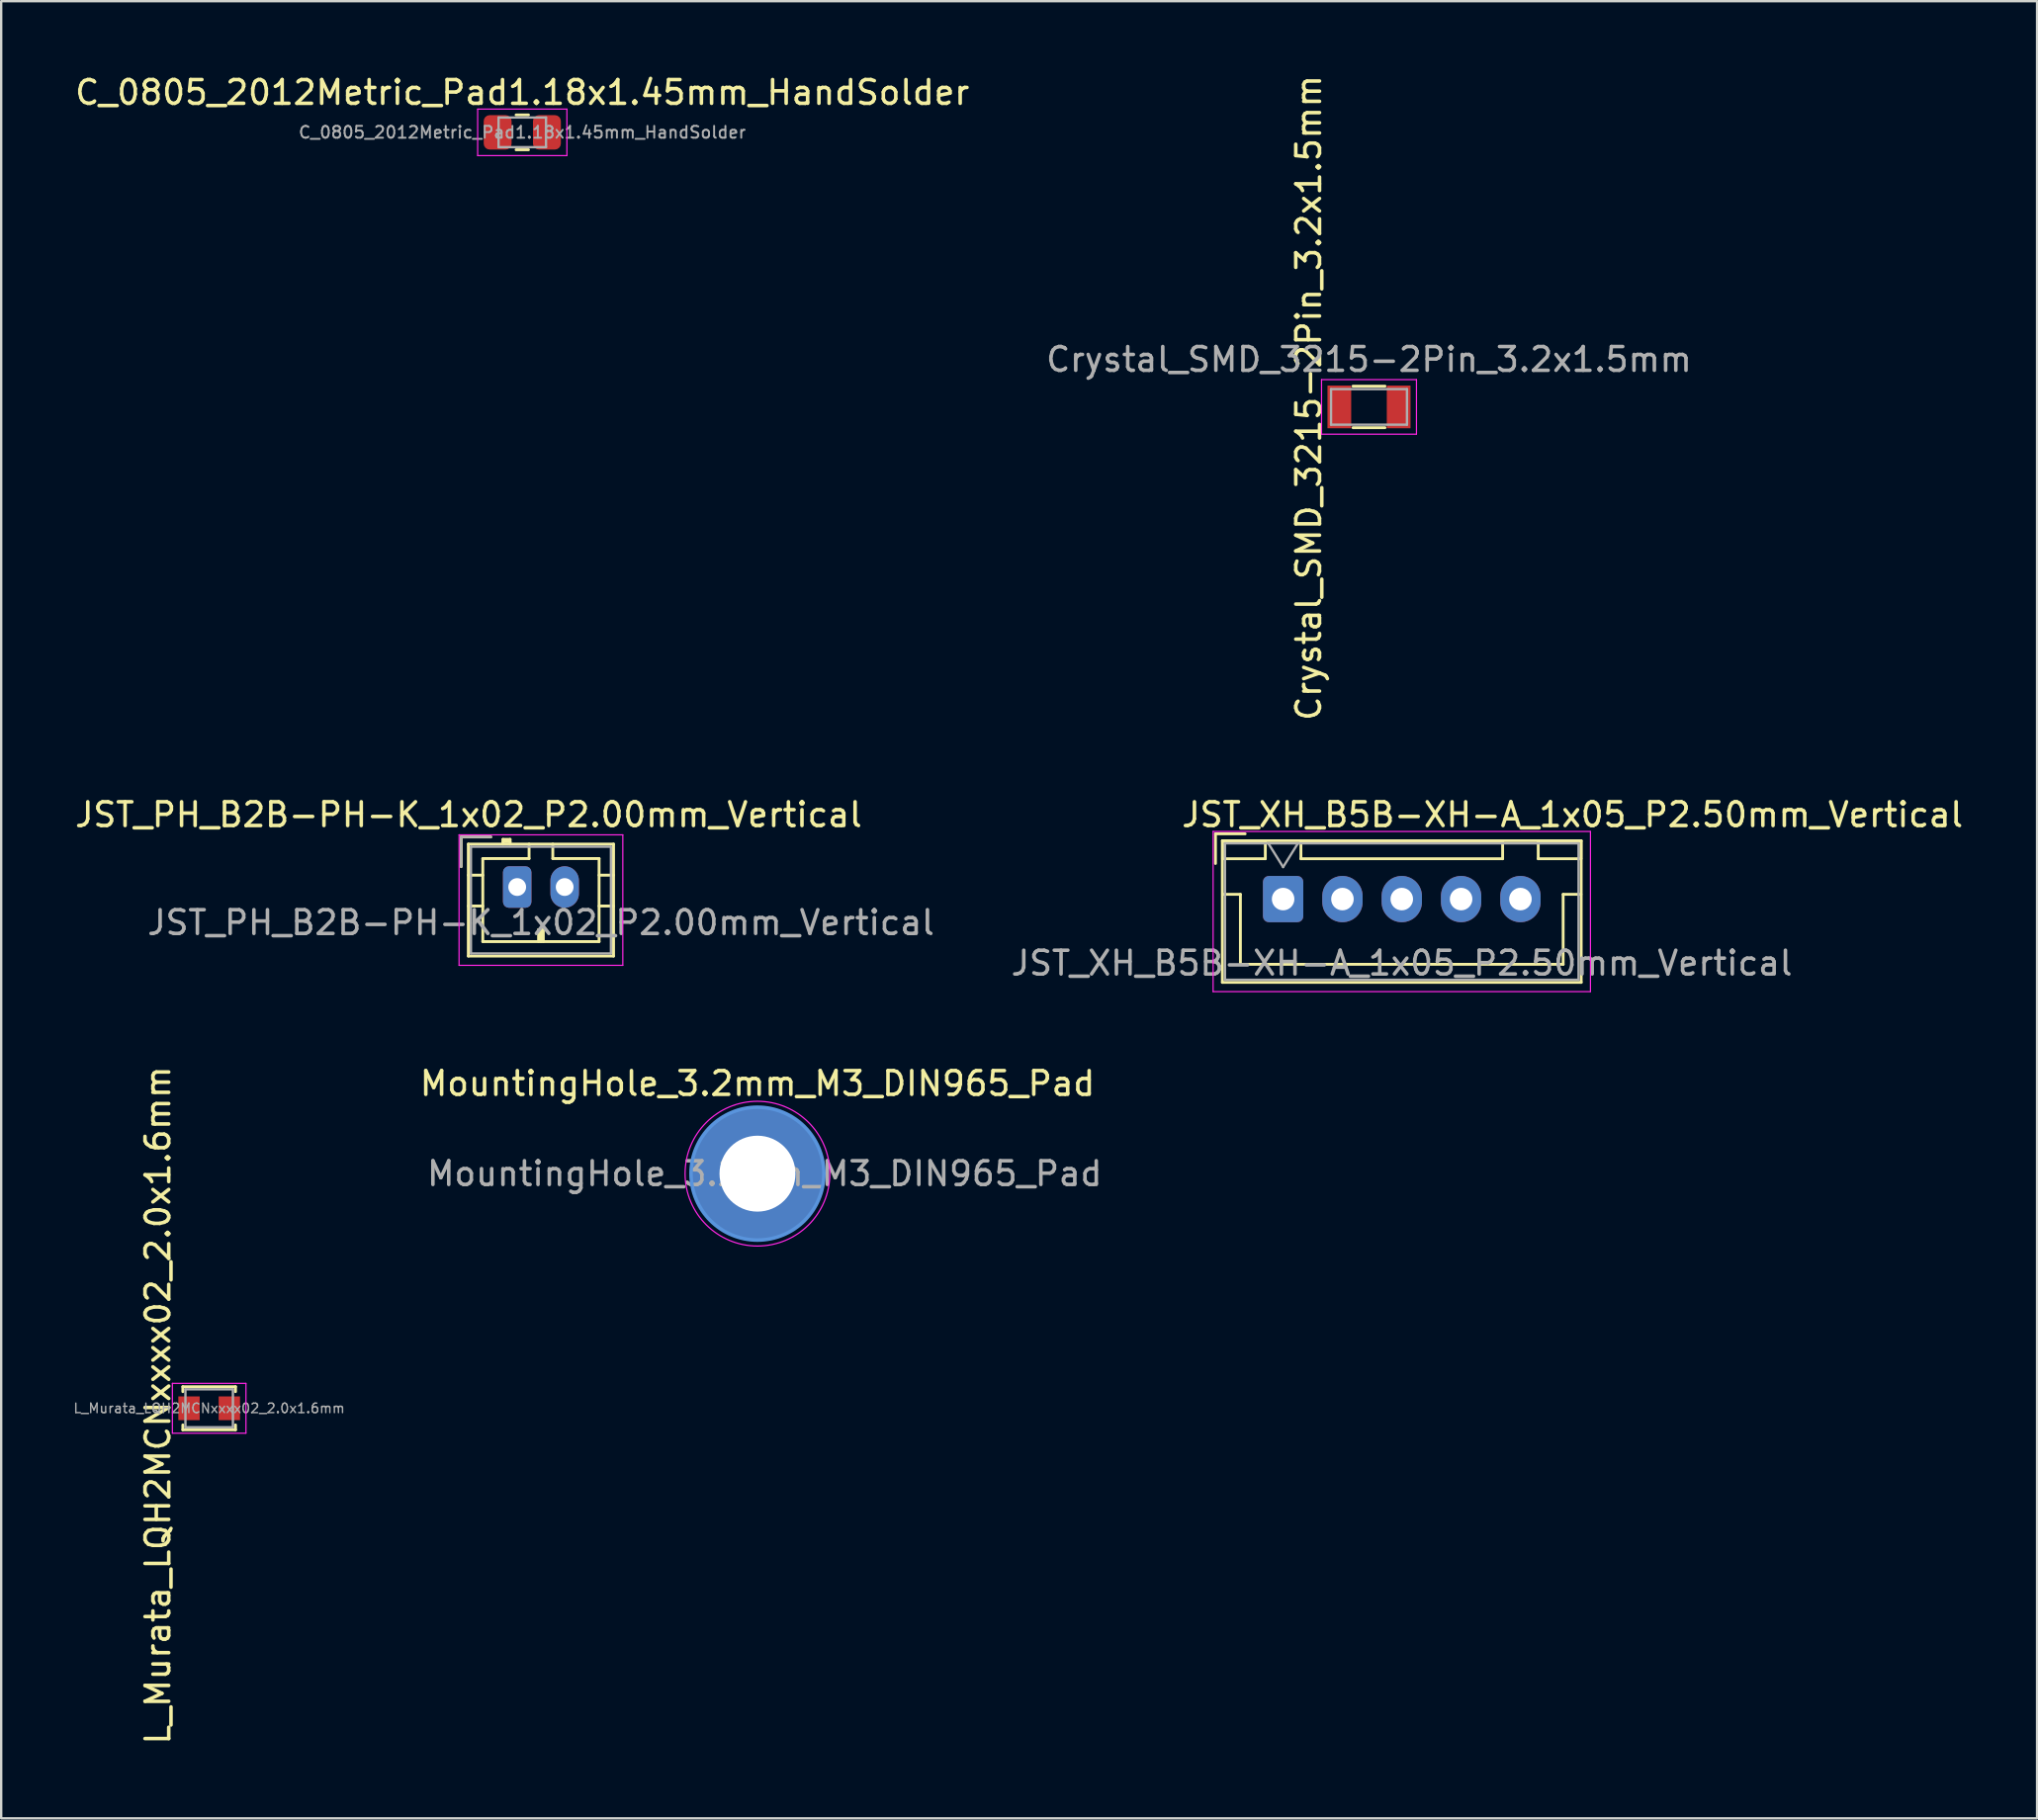
<source format=kicad_pcb>
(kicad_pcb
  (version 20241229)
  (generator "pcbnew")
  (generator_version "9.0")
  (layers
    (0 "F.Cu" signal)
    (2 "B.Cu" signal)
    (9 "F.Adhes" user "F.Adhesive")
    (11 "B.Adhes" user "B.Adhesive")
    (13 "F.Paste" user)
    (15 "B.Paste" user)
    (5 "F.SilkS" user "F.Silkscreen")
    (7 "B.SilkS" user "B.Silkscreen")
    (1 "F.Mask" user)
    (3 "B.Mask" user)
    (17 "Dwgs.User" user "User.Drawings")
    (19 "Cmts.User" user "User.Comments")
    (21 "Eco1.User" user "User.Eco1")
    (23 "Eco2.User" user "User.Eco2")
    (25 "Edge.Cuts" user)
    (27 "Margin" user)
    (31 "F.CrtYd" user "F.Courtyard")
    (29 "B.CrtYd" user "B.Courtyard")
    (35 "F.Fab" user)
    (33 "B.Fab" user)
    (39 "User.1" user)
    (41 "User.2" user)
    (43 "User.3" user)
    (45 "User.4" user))
  (footprint "JST_XH_B5B-XH-A_1x05_P2.50mm_Vertical"
    (layer "F.Cu")
    (at 51.018 34.845)
    (property "Reference" "JST_XH_B5B-XH-A_1x05_P2.50mm_Vertical" (at 12.192 -3.556 0) (layer "F.SilkS") (effects (font (size 1 1) (thickness 0.15))))
    (attr through_hole)
    (fp_line (start -2.85 -2.75) (end -2.85 -1.5) (stroke (width 0.12) (type solid)) (layer "F.SilkS"))
    (fp_line (start -2.56 -2.46) (end -2.56 3.51) (stroke (width 0.12) (type solid)) (layer "F.SilkS"))
    (fp_line (start -2.56 3.51) (end 12.56 3.51) (stroke (width 0.12) (type solid)) (layer "F.SilkS"))
    (fp_line (start -2.55 -2.45) (end -2.55 -1.7) (stroke (width 0.12) (type solid)) (layer "F.SilkS"))
    (fp_line (start -2.55 -1.7) (end -0.75 -1.7) (stroke (width 0.12) (type solid)) (layer "F.SilkS"))
    (fp_line (start -2.55 -0.2) (end -1.8 -0.2) (stroke (width 0.12) (type solid)) (layer "F.SilkS"))
    (fp_line (start -1.8 -0.2) (end -1.8 2.75) (stroke (width 0.12) (type solid)) (layer "F.SilkS"))
    (fp_line (start -1.8 2.75) (end 5 2.75) (stroke (width 0.12) (type solid)) (layer "F.SilkS"))
    (fp_line (start -1.6 -2.75) (end -2.85 -2.75) (stroke (width 0.12) (type solid)) (layer "F.SilkS"))
    (fp_line (start -0.75 -2.45) (end -2.55 -2.45) (stroke (width 0.12) (type solid)) (layer "F.SilkS"))
    (fp_line (start -0.75 -1.7) (end -0.75 -2.45) (stroke (width 0.12) (type solid)) (layer "F.SilkS"))
    (fp_line (start 0.75 -2.45) (end 0.75 -1.7) (stroke (width 0.12) (type solid)) (layer "F.SilkS"))
    (fp_line (start 0.75 -1.7) (end 9.25 -1.7) (stroke (width 0.12) (type solid)) (layer "F.SilkS"))
    (fp_line (start 9.25 -2.45) (end 0.75 -2.45) (stroke (width 0.12) (type solid)) (layer "F.SilkS"))
    (fp_line (start 9.25 -1.7) (end 9.25 -2.45) (stroke (width 0.12) (type solid)) (layer "F.SilkS"))
    (fp_line (start 10.75 -2.45) (end 10.75 -1.7) (stroke (width 0.12) (type solid)) (layer "F.SilkS"))
    (fp_line (start 10.75 -1.7) (end 12.55 -1.7) (stroke (width 0.12) (type solid)) (layer "F.SilkS"))
    (fp_line (start 11.8 -0.2) (end 11.8 2.75) (stroke (width 0.12) (type solid)) (layer "F.SilkS"))
    (fp_line (start 11.8 2.75) (end 5 2.75) (stroke (width 0.12) (type solid)) (layer "F.SilkS"))
    (fp_line (start 12.55 -2.45) (end 10.75 -2.45) (stroke (width 0.12) (type solid)) (layer "F.SilkS"))
    (fp_line (start 12.55 -1.7) (end 12.55 -2.45) (stroke (width 0.12) (type solid)) (layer "F.SilkS"))
    (fp_line (start 12.55 -0.2) (end 11.8 -0.2) (stroke (width 0.12) (type solid)) (layer "F.SilkS"))
    (fp_line (start 12.56 -2.46) (end -2.56 -2.46) (stroke (width 0.12) (type solid)) (layer "F.SilkS"))
    (fp_line (start 12.56 3.51) (end 12.56 -2.46) (stroke (width 0.12) (type solid)) (layer "F.SilkS"))
    (fp_line (start -2.95 -2.85) (end -2.95 3.9) (stroke (width 0.05) (type solid)) (layer "F.CrtYd"))
    (fp_line (start -2.95 3.9) (end 12.95 3.9) (stroke (width 0.05) (type solid)) (layer "F.CrtYd"))
    (fp_line (start 12.95 -2.85) (end -2.95 -2.85) (stroke (width 0.05) (type solid)) (layer "F.CrtYd"))
    (fp_line (start 12.95 3.9) (end 12.95 -2.85) (stroke (width 0.05) (type solid)) (layer "F.CrtYd"))
    (fp_line (start -2.45 -2.35) (end -2.45 3.4) (stroke (width 0.1) (type solid)) (layer "F.Fab"))
    (fp_line (start -2.45 3.4) (end 12.45 3.4) (stroke (width 0.1) (type solid)) (layer "F.Fab"))
    (fp_line (start -0.625 -2.35) (end 0 -1.35) (stroke (width 0.1) (type solid)) (layer "F.Fab"))
    (fp_line (start 0 -1.35) (end 0.625 -2.35) (stroke (width 0.1) (type solid)) (layer "F.Fab"))
    (fp_line (start 12.45 -2.35) (end -2.45 -2.35) (stroke (width 0.1) (type solid)) (layer "F.Fab"))
    (fp_line (start 12.45 3.4) (end 12.45 -2.35) (stroke (width 0.1) (type solid)) (layer "F.Fab"))
    (fp_text user "${REFERENCE}" (at 5 2.7 0) (layer "F.Fab") (effects (font (size 1 1) (thickness 0.15))))
    (pad "1" thru_hole roundrect (at 0 0) (size 1.7 1.95) (drill 0.95) (layers "*.Cu" "*.Mask") (roundrect_rratio 0.147))
    (pad "2" thru_hole oval (at 2.5 0) (size 1.7 1.95) (drill 0.95) (layers "*.Cu" "*.Mask"))
    (pad "3" thru_hole oval (at 5 0) (size 1.7 1.95) (drill 0.95) (layers "*.Cu" "*.Mask"))
    (pad "4" thru_hole oval (at 7.5 0) (size 1.7 1.95) (drill 0.95) (layers "*.Cu" "*.Mask"))
    (pad "5" thru_hole oval (at 10 0) (size 1.7 1.95) (drill 0.95) (layers "*.Cu" "*.Mask")))
  (footprint "L_Murata_LQH2MCNxxxx02_2.0x1.6mm"
    (layer "F.Cu")
    (at 5.764 56.307)
    (property "Reference" "L_Murata_LQH2MCNxxxx02_2.0x1.6mm" (at -2.159 -0.127 90) (layer "F.SilkS") (effects (font (size 1 1) (thickness 0.15))))
    (attr smd)
    (fp_line (start -1.11 -0.91) (end 1.11 -0.91) (stroke (width 0.12) (type solid)) (layer "F.SilkS"))
    (fp_line (start -1.11 -0.7) (end -1.11 -0.91) (stroke (width 0.12) (type solid)) (layer "F.SilkS"))
    (fp_line (start -1.11 0.91) (end -1.11 0.7) (stroke (width 0.12) (type solid)) (layer "F.SilkS"))
    (fp_line (start 1.11 -0.7) (end 1.11 -0.91) (stroke (width 0.12) (type solid)) (layer "F.SilkS"))
    (fp_line (start 1.11 0.7) (end 1.11 0.91) (stroke (width 0.12) (type solid)) (layer "F.SilkS"))
    (fp_line (start 1.11 0.91) (end -1.11 0.91) (stroke (width 0.12) (type solid)) (layer "F.SilkS"))
    (fp_line (start -1.55 -1.05) (end 1.55 -1.05) (stroke (width 0.05) (type solid)) (layer "F.CrtYd"))
    (fp_line (start -1.55 1.05) (end -1.55 -1.05) (stroke (width 0.05) (type solid)) (layer "F.CrtYd"))
    (fp_line (start 1.55 -1.05) (end 1.55 1.05) (stroke (width 0.05) (type solid)) (layer "F.CrtYd"))
    (fp_line (start 1.55 1.05) (end -1.55 1.05) (stroke (width 0.05) (type solid)) (layer "F.CrtYd"))
    (fp_line (start -1 -0.8) (end 1 -0.8) (stroke (width 0.1) (type solid)) (layer "F.Fab"))
    (fp_line (start -1 0.8) (end -1 -0.8) (stroke (width 0.1) (type solid)) (layer "F.Fab"))
    (fp_line (start 1 -0.8) (end 1 0.8) (stroke (width 0.1) (type solid)) (layer "F.Fab"))
    (fp_line (start 1 0.8) (end -1 0.8) (stroke (width 0.1) (type solid)) (layer "F.Fab"))
    (fp_text user "${REFERENCE}" (at 0 0 0) (layer "F.Fab") (effects (font (size 0.4 0.4) (thickness 0.06))))
    (pad "1" smd rect (at -0.85 0) (size 0.9 1) (layers "F.Cu" "F.Mask" "F.Paste"))
    (pad "2" smd rect (at 0.85 0) (size 0.9 1) (layers "F.Cu" "F.Mask" "F.Paste")))
  (footprint "JST_PH_B2B-PH-K_1x02_P2.00mm_Vertical"
    (layer "F.Cu")
    (at 18.744 34.337)
    (property "Reference" "JST_PH_B2B-PH-K_1x02_P2.00mm_Vertical" (at -2.048 -3.048 180) (layer "F.SilkS") (effects (font (size 1 1) (thickness 0.15))))
    (attr through_hole)
    (fp_line (start -2.36 -2.11) (end -2.36 -0.86) (stroke (width 0.12) (type solid)) (layer "F.SilkS"))
    (fp_line (start -2.06 -1.81) (end -2.06 2.91) (stroke (width 0.12) (type solid)) (layer "F.SilkS"))
    (fp_line (start -2.06 -0.5) (end -1.45 -0.5) (stroke (width 0.12) (type solid)) (layer "F.SilkS"))
    (fp_line (start -2.06 0.8) (end -1.45 0.8) (stroke (width 0.12) (type solid)) (layer "F.SilkS"))
    (fp_line (start -2.06 2.91) (end 4.06 2.91) (stroke (width 0.12) (type solid)) (layer "F.SilkS"))
    (fp_line (start -1.45 -1.2) (end -1.45 2.3) (stroke (width 0.12) (type solid)) (layer "F.SilkS"))
    (fp_line (start -1.45 2.3) (end 3.45 2.3) (stroke (width 0.12) (type solid)) (layer "F.SilkS"))
    (fp_line (start -1.11 -2.11) (end -2.36 -2.11) (stroke (width 0.12) (type solid)) (layer "F.SilkS"))
    (fp_line (start -0.6 -2.01) (end -0.6 -1.81) (stroke (width 0.12) (type solid)) (layer "F.SilkS"))
    (fp_line (start -0.3 -2.01) (end -0.6 -2.01) (stroke (width 0.12) (type solid)) (layer "F.SilkS"))
    (fp_line (start -0.3 -1.91) (end -0.6 -1.91) (stroke (width 0.12) (type solid)) (layer "F.SilkS"))
    (fp_line (start -0.3 -1.81) (end -0.3 -2.01) (stroke (width 0.12) (type solid)) (layer "F.SilkS"))
    (fp_line (start 0.5 -1.81) (end 0.5 -1.2) (stroke (width 0.12) (type solid)) (layer "F.SilkS"))
    (fp_line (start 0.5 -1.2) (end -1.45 -1.2) (stroke (width 0.12) (type solid)) (layer "F.SilkS"))
    (fp_line (start 0.9 1.8) (end 1.1 1.8) (stroke (width 0.12) (type solid)) (layer "F.SilkS"))
    (fp_line (start 0.9 2.3) (end 0.9 1.8) (stroke (width 0.12) (type solid)) (layer "F.SilkS"))
    (fp_line (start 1 2.3) (end 1 1.8) (stroke (width 0.12) (type solid)) (layer "F.SilkS"))
    (fp_line (start 1.1 1.8) (end 1.1 2.3) (stroke (width 0.12) (type solid)) (layer "F.SilkS"))
    (fp_line (start 1.5 -1.2) (end 1.5 -1.81) (stroke (width 0.12) (type solid)) (layer "F.SilkS"))
    (fp_line (start 3.45 -1.2) (end 1.5 -1.2) (stroke (width 0.12) (type solid)) (layer "F.SilkS"))
    (fp_line (start 3.45 2.3) (end 3.45 -1.2) (stroke (width 0.12) (type solid)) (layer "F.SilkS"))
    (fp_line (start 4.06 -1.81) (end -2.06 -1.81) (stroke (width 0.12) (type solid)) (layer "F.SilkS"))
    (fp_line (start 4.06 -0.5) (end 3.45 -0.5) (stroke (width 0.12) (type solid)) (layer "F.SilkS"))
    (fp_line (start 4.06 0.8) (end 3.45 0.8) (stroke (width 0.12) (type solid)) (layer "F.SilkS"))
    (fp_line (start 4.06 2.91) (end 4.06 -1.81) (stroke (width 0.12) (type solid)) (layer "F.SilkS"))
    (fp_line (start -2.45 -2.2) (end -2.45 3.3) (stroke (width 0.05) (type solid)) (layer "F.CrtYd"))
    (fp_line (start -2.45 3.3) (end 4.45 3.3) (stroke (width 0.05) (type solid)) (layer "F.CrtYd"))
    (fp_line (start 4.45 -2.2) (end -2.45 -2.2) (stroke (width 0.05) (type solid)) (layer "F.CrtYd"))
    (fp_line (start 4.45 3.3) (end 4.45 -2.2) (stroke (width 0.05) (type solid)) (layer "F.CrtYd"))
    (fp_line (start -2.36 -2.11) (end -2.36 -0.86) (stroke (width 0.1) (type solid)) (layer "F.Fab"))
    (fp_line (start -1.95 -1.7) (end -1.95 2.8) (stroke (width 0.1) (type solid)) (layer "F.Fab"))
    (fp_line (start -1.95 2.8) (end 3.95 2.8) (stroke (width 0.1) (type solid)) (layer "F.Fab"))
    (fp_line (start -1.11 -2.11) (end -2.36 -2.11) (stroke (width 0.1) (type solid)) (layer "F.Fab"))
    (fp_line (start 3.95 -1.7) (end -1.95 -1.7) (stroke (width 0.1) (type solid)) (layer "F.Fab"))
    (fp_line (start 3.95 2.8) (end 3.95 -1.7) (stroke (width 0.1) (type solid)) (layer "F.Fab"))
    (fp_text user "${REFERENCE}" (at 1 1.5 180) (layer "F.Fab") (effects (font (size 1 1) (thickness 0.15))))
    (pad "1" thru_hole roundrect (at 0 0) (size 1.2 1.75) (drill 0.75) (layers "*.Cu" "*.Mask") (roundrect_rratio 0.208))
    (pad "2" thru_hole oval (at 2 0) (size 1.2 1.75) (drill 0.75) (layers "*.Cu" "*.Mask")))
  (footprint "Crystal_SMD_3215-2Pin_3.2x1.5mm"
    (layer "F.Cu")
    (at 54.637 14.101)
    (property "Reference" "Crystal_SMD_3215-2Pin_3.2x1.5mm" (at -2.54 -0.381 270) (layer "F.SilkS") (effects (font (size 1 1) (thickness 0.15))))
    (attr smd)
    (fp_line (start -0.675 -0.875) (end 0.675 -0.875) (stroke (width 0.12) (type solid)) (layer "F.SilkS"))
    (fp_line (start -0.675 0.875) (end 0.675 0.875) (stroke (width 0.12) (type solid)) (layer "F.SilkS"))
    (fp_line (start -2 -1.15) (end -2 1.15) (stroke (width 0.05) (type solid)) (layer "F.CrtYd"))
    (fp_line (start -2 -1.15) (end 2 -1.15) (stroke (width 0.05) (type solid)) (layer "F.CrtYd"))
    (fp_line (start -2 1.15) (end 2 1.15) (stroke (width 0.05) (type solid)) (layer "F.CrtYd"))
    (fp_line (start 2 -1.15) (end 2 1.15) (stroke (width 0.05) (type solid)) (layer "F.CrtYd"))
    (fp_line (start -1.6 -0.75) (end -1.6 0.75) (stroke (width 0.1) (type solid)) (layer "F.Fab"))
    (fp_line (start -1.6 -0.75) (end 1.6 -0.75) (stroke (width 0.1) (type solid)) (layer "F.Fab"))
    (fp_line (start -1.6 0.75) (end 1.6 0.75) (stroke (width 0.1) (type solid)) (layer "F.Fab"))
    (fp_line (start 1.6 -0.75) (end 1.6 0.75) (stroke (width 0.1) (type solid)) (layer "F.Fab"))
    (fp_text user "${REFERENCE}" (at 0 -2 180) (layer "F.Fab") (effects (font (size 1 1) (thickness 0.15))))
    (pad "1" smd rect (at 1.25 0) (size 1 1.8) (layers "F.Cu" "F.Mask" "F.Paste"))
    (pad "2" smd rect (at -1.25 0) (size 1 1.8) (layers "F.Cu" "F.Mask" "F.Paste")))
  (footprint "C_0805_2012Metric_Pad1.18x1.45mm_HandSolder"
    (layer "F.Cu")
    (at 18.958 2.528)
    (property "Reference" "C_0805_2012Metric_Pad1.18x1.45mm_HandSolder" (at 0 -1.68 0) (layer "F.SilkS") (effects (font (size 1 1) (thickness 0.15))))
    (attr smd)
    (fp_line (start -0.261 -0.735) (end 0.261 -0.735) (stroke (width 0.12) (type solid)) (layer "F.SilkS"))
    (fp_line (start -0.261 0.735) (end 0.261 0.735) (stroke (width 0.12) (type solid)) (layer "F.SilkS"))
    (fp_line (start -1.88 -0.98) (end 1.88 -0.98) (stroke (width 0.05) (type solid)) (layer "F.CrtYd"))
    (fp_line (start -1.88 0.98) (end -1.88 -0.98) (stroke (width 0.05) (type solid)) (layer "F.CrtYd"))
    (fp_line (start 1.88 -0.98) (end 1.88 0.98) (stroke (width 0.05) (type solid)) (layer "F.CrtYd"))
    (fp_line (start 1.88 0.98) (end -1.88 0.98) (stroke (width 0.05) (type solid)) (layer "F.CrtYd"))
    (fp_line (start -1 -0.625) (end 1 -0.625) (stroke (width 0.1) (type solid)) (layer "F.Fab"))
    (fp_line (start -1 0.625) (end -1 -0.625) (stroke (width 0.1) (type solid)) (layer "F.Fab"))
    (fp_line (start 1 -0.625) (end 1 0.625) (stroke (width 0.1) (type solid)) (layer "F.Fab"))
    (fp_line (start 1 0.625) (end -1 0.625) (stroke (width 0.1) (type solid)) (layer "F.Fab"))
    (fp_text user "${REFERENCE}" (at 0 0 0) (layer "F.Fab") (effects (font (size 0.5 0.5) (thickness 0.08))))
    (pad "1" smd roundrect (at -1.038 0) (size 1.175 1.45) (layers "F.Cu" "F.Mask" "F.Paste") (roundrect_rratio 0.213))
    (pad "2" smd roundrect (at 1.038 0) (size 1.175 1.45) (layers "F.Cu" "F.Mask" "F.Paste") (roundrect_rratio 0.213)))
  (footprint "MountingHole_3.2mm_M3_DIN965_Pad"
    (layer "F.Cu")
    (at 28.868 46.418)
    (property "Reference" "MountingHole_3.2mm_M3_DIN965_Pad" (at 0 -3.8 0) (layer "F.SilkS") (effects (font (size 1 1) (thickness 0.15))))
    (attr exclude_from_pos_files)
    (fp_circle (center 0 0) (end 2.8 0) (stroke (width 0.15) (type solid)) (fill no) (layer "Cmts.User"))
    (fp_circle (center 0 0) (end 3.05 0) (stroke (width 0.05) (type solid)) (fill no) (layer "F.CrtYd"))
    (fp_text user "${REFERENCE}" (at 0.3 0 0) (layer "F.Fab") (effects (font (size 1 1) (thickness 0.15))))
    (pad "1" thru_hole circle (at 0 0) (size 5.6 5.6) (drill 3.2) (layers "*.Cu" "*.Mask")))
  (gr_rect
    (start -3 -3)
    (end 82.788 73.591)
    (stroke (width 0.1) (type default))
    (fill no)
    (layer "Edge.Cuts")))
</source>
